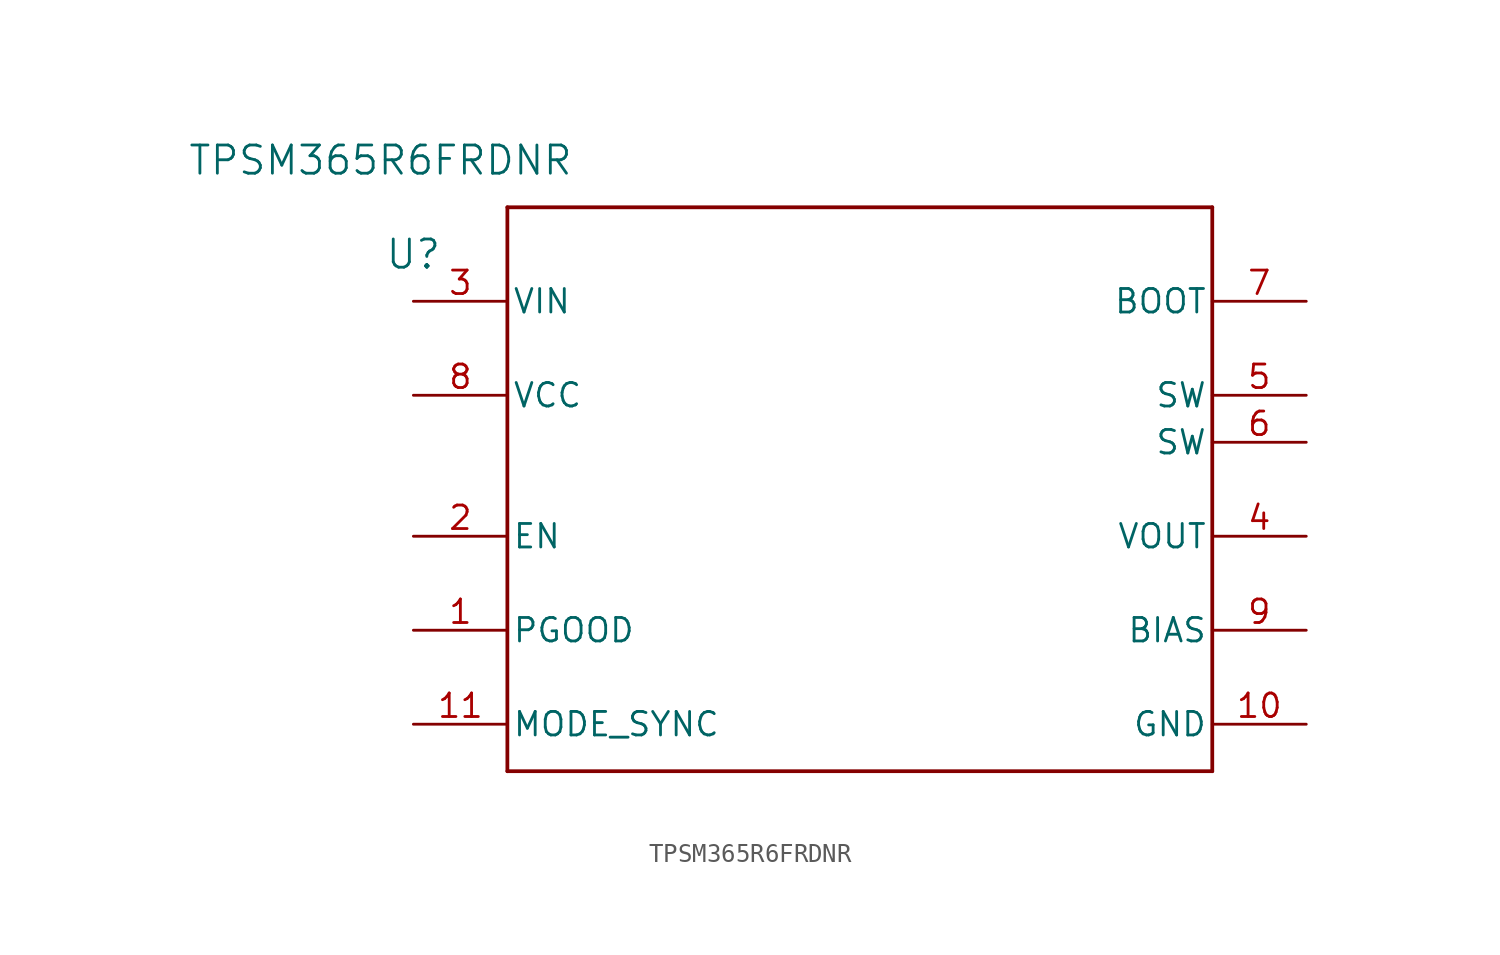
<source format=kicad_sym>
(kicad_symbol_lib
  (version 20231120)
  (generator "kicad_symbol_editor")
  (generator_version "8.0")
  (symbol "TPSM365R6FRDNR"
    (pin_names
      (offset 0.254))
    (property "Reference" "U"
      (at 0 2.54 0)
      (effects (font (size 1.524 1.524))))
    (property "Value" "TPSM365R6FRDNR"
      (at -1.778 7.62 0)
      (effects (font (size 1.524 1.524))))
    (property "ki_locked" ""
      (at 0 0 0)
      (effects (font (size 1.27 1.27))))
    (symbol "TPSM365R6FRDNR_0_1"
      (polyline (pts (xy 5.08 -25.4) (xy 43.18 -25.4)) (stroke (width 0.203) (type default)) (fill (type none)))
      (polyline (pts (xy 5.08 5.08) (xy 5.08 -25.4)) (stroke (width 0.203) (type default)) (fill (type none)))
      (polyline (pts (xy 43.18 -25.4) (xy 43.18 5.08)) (stroke (width 0.203) (type default)) (fill (type none)))
      (polyline (pts (xy 43.18 5.08) (xy 5.08 5.08)) (stroke (width 0.203) (type default)) (fill (type none)))
      (pin open_collector line (at 0 -17.78 0) (length 5.08) (name "PGOOD" (effects (font (size 1.27 1.27)))) (number "1" (effects (font (size 1.27 1.27)))))
      (pin power_in line (at 48.26 -22.86 180) (length 5.08) (name "GND" (effects (font (size 1.27 1.27)))) (number "10" (effects (font (size 1.27 1.27)))))
      (pin input line (at 0 -12.7 0) (length 5.08) (name "EN" (effects (font (size 1.27 1.27)))) (number "2" (effects (font (size 1.27 1.27)))))
      (pin power_in line (at 0 0 0) (length 5.08) (name "VIN" (effects (font (size 1.27 1.27)))) (number "3" (effects (font (size 1.27 1.27)))))
      (pin unspecified line (at 48.26 -5.08 180) (length 5.08) (name "SW" (effects (font (size 1.27 1.27)))) (number "5" (effects (font (size 1.27 1.27)))))
      (pin unspecified line (at 48.26 -7.62 180) (length 5.08) (name "SW" (effects (font (size 1.27 1.27)))) (number "6" (effects (font (size 1.27 1.27)))))
      (pin unspecified line (at 48.26 -17.78 180) (length 5.08) (name "BIAS" (effects (font (size 1.27 1.27)))) (number "9" (effects (font (size 1.27 1.27))))))
    (symbol "TPSM365R6FRDNR_1_1"
      (pin passive line (at 0 -22.86 0) (length 5.08) (name "MODE_SYNC" (effects (font (size 1.27 1.27)))) (number "11" (effects (font (size 1.27 1.27)))))
      (pin power_out line (at 48.26 -12.7 180) (length 5.08) (name "VOUT" (effects (font (size 1.27 1.27)))) (number "4" (effects (font (size 1.27 1.27)))))
      (pin unspecified line (at 48.26 0 180) (length 5.08) (name "BOOT" (effects (font (size 1.27 1.27)))) (number "7" (effects (font (size 1.27 1.27)))))
      (pin passive line (at 0 -5.08 0) (length 5.08) (name "VCC" (effects (font (size 1.27 1.27)))) (number "8" (effects (font (size 1.27 1.27))))))))
</source>
